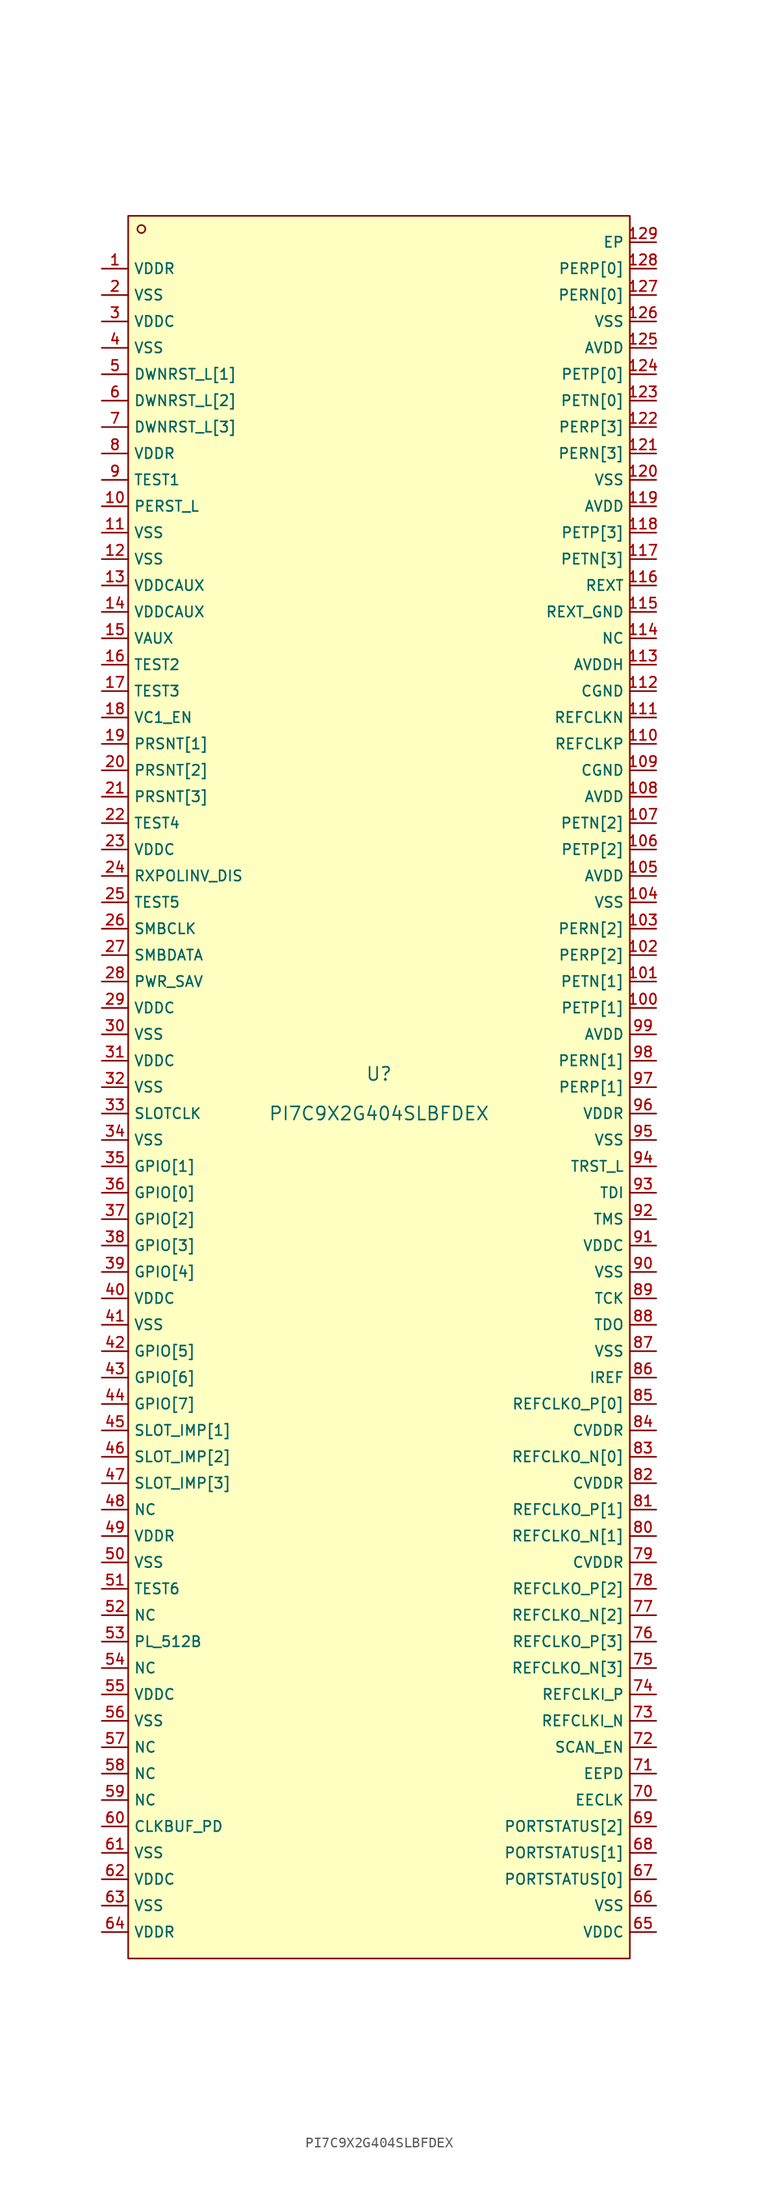
<source format=kicad_sym>
(kicad_symbol_lib
  (version 20210201)
  (generator TousstNicolas/JLC2KiCad_lib)
  (symbol "PI7C9X2G404SLBFDEX"
    (property "Reference" "U"
      (at 0 1.27 0)
      (effects (font (size 1.27 1.27))))
    (property "Value" "PI7C9X2G404SLBFDEX"
      (at 0 -2.54 0)
      (effects (font (size 1.27 1.27))))
    (symbol "PI7C9X2G404SLBFDEX_0_1"
      (rectangle (start -24.13 83.82) (end 24.13 -83.82) (stroke (width 0) (type default) (color 0 0 0 0)) (fill (type background)))
      (circle (center -22.86 82.55) (radius 0.381) (stroke (width 0) (type default) (color 0 0 0 0)) (fill (type background)))
      (pin unspecified line (at -26.67 78.74 0) (length 2.54) (name "VDDR" (effects (font (size 1 1)))) (number "1" (effects (font (size 1 1)))))
      (pin unspecified line (at -26.67 76.2 0) (length 2.54) (name "VSS" (effects (font (size 1 1)))) (number "2" (effects (font (size 1 1)))))
      (pin unspecified line (at -26.67 73.66 0) (length 2.54) (name "VDDC" (effects (font (size 1 1)))) (number "3" (effects (font (size 1 1)))))
      (pin unspecified line (at -26.67 71.12 0) (length 2.54) (name "VSS" (effects (font (size 1 1)))) (number "4" (effects (font (size 1 1)))))
      (pin unspecified line (at -26.67 68.58 0) (length 2.54) (name "DWNRST_L[1]" (effects (font (size 1 1)))) (number "5" (effects (font (size 1 1)))))
      (pin unspecified line (at -26.67 66.04 0) (length 2.54) (name "DWNRST_L[2]" (effects (font (size 1 1)))) (number "6" (effects (font (size 1 1)))))
      (pin unspecified line (at -26.67 63.5 0) (length 2.54) (name "DWNRST_L[3]" (effects (font (size 1 1)))) (number "7" (effects (font (size 1 1)))))
      (pin unspecified line (at -26.67 60.96 0) (length 2.54) (name "VDDR" (effects (font (size 1 1)))) (number "8" (effects (font (size 1 1)))))
      (pin unspecified line (at -26.67 58.42 0) (length 2.54) (name "TEST1" (effects (font (size 1 1)))) (number "9" (effects (font (size 1 1)))))
      (pin unspecified line (at -26.67 55.88 0) (length 2.54) (name "PERST_L" (effects (font (size 1 1)))) (number "10" (effects (font (size 1 1)))))
      (pin unspecified line (at -26.67 53.34 0) (length 2.54) (name "VSS" (effects (font (size 1 1)))) (number "11" (effects (font (size 1 1)))))
      (pin unspecified line (at -26.67 50.8 0) (length 2.54) (name "VSS" (effects (font (size 1 1)))) (number "12" (effects (font (size 1 1)))))
      (pin unspecified line (at -26.67 48.26 0) (length 2.54) (name "VDDCAUX" (effects (font (size 1 1)))) (number "13" (effects (font (size 1 1)))))
      (pin unspecified line (at -26.67 45.72 0) (length 2.54) (name "VDDCAUX" (effects (font (size 1 1)))) (number "14" (effects (font (size 1 1)))))
      (pin unspecified line (at -26.67 43.18 0) (length 2.54) (name "VAUX" (effects (font (size 1 1)))) (number "15" (effects (font (size 1 1)))))
      (pin unspecified line (at -26.67 40.64 0) (length 2.54) (name "TEST2" (effects (font (size 1 1)))) (number "16" (effects (font (size 1 1)))))
      (pin unspecified line (at -26.67 38.1 0) (length 2.54) (name "TEST3" (effects (font (size 1 1)))) (number "17" (effects (font (size 1 1)))))
      (pin unspecified line (at -26.67 35.56 0) (length 2.54) (name "VC1_EN" (effects (font (size 1 1)))) (number "18" (effects (font (size 1 1)))))
      (pin unspecified line (at -26.67 33.02 0) (length 2.54) (name "PRSNT[1]" (effects (font (size 1 1)))) (number "19" (effects (font (size 1 1)))))
      (pin unspecified line (at -26.67 30.48 0) (length 2.54) (name "PRSNT[2]" (effects (font (size 1 1)))) (number "20" (effects (font (size 1 1)))))
      (pin unspecified line (at -26.67 27.94 0) (length 2.54) (name "PRSNT[3]" (effects (font (size 1 1)))) (number "21" (effects (font (size 1 1)))))
      (pin unspecified line (at -26.67 25.4 0) (length 2.54) (name "TEST4" (effects (font (size 1 1)))) (number "22" (effects (font (size 1 1)))))
      (pin unspecified line (at -26.67 22.86 0) (length 2.54) (name "VDDC" (effects (font (size 1 1)))) (number "23" (effects (font (size 1 1)))))
      (pin unspecified line (at -26.67 20.32 0) (length 2.54) (name "RXPOLINV_DIS" (effects (font (size 1 1)))) (number "24" (effects (font (size 1 1)))))
      (pin unspecified line (at -26.67 17.78 0) (length 2.54) (name "TEST5" (effects (font (size 1 1)))) (number "25" (effects (font (size 1 1)))))
      (pin unspecified line (at -26.67 15.24 0) (length 2.54) (name "SMBCLK" (effects (font (size 1 1)))) (number "26" (effects (font (size 1 1)))))
      (pin unspecified line (at -26.67 12.7 0) (length 2.54) (name "SMBDATA" (effects (font (size 1 1)))) (number "27" (effects (font (size 1 1)))))
      (pin unspecified line (at -26.67 10.16 0) (length 2.54) (name "PWR_SAV" (effects (font (size 1 1)))) (number "28" (effects (font (size 1 1)))))
      (pin unspecified line (at -26.67 7.62 0) (length 2.54) (name "VDDC" (effects (font (size 1 1)))) (number "29" (effects (font (size 1 1)))))
      (pin unspecified line (at -26.67 5.08 0) (length 2.54) (name "VSS" (effects (font (size 1 1)))) (number "30" (effects (font (size 1 1)))))
      (pin unspecified line (at -26.67 2.54 0) (length 2.54) (name "VDDC" (effects (font (size 1 1)))) (number "31" (effects (font (size 1 1)))))
      (pin unspecified line (at -26.67 -0.0 0) (length 2.54) (name "VSS" (effects (font (size 1 1)))) (number "32" (effects (font (size 1 1)))))
      (pin unspecified line (at -26.67 -2.54 0) (length 2.54) (name "SLOTCLK" (effects (font (size 1 1)))) (number "33" (effects (font (size 1 1)))))
      (pin unspecified line (at -26.67 -5.08 0) (length 2.54) (name "VSS" (effects (font (size 1 1)))) (number "34" (effects (font (size 1 1)))))
      (pin unspecified line (at -26.67 -7.62 0) (length 2.54) (name "GPIO[1]" (effects (font (size 1 1)))) (number "35" (effects (font (size 1 1)))))
      (pin unspecified line (at -26.67 -10.16 0) (length 2.54) (name "GPIO[0]" (effects (font (size 1 1)))) (number "36" (effects (font (size 1 1)))))
      (pin unspecified line (at -26.67 -12.7 0) (length 2.54) (name "GPIO[2]" (effects (font (size 1 1)))) (number "37" (effects (font (size 1 1)))))
      (pin unspecified line (at -26.67 -15.24 0) (length 2.54) (name "GPIO[3]" (effects (font (size 1 1)))) (number "38" (effects (font (size 1 1)))))
      (pin unspecified line (at -26.67 -17.78 0) (length 2.54) (name "GPIO[4]" (effects (font (size 1 1)))) (number "39" (effects (font (size 1 1)))))
      (pin unspecified line (at -26.67 -20.32 0) (length 2.54) (name "VDDC" (effects (font (size 1 1)))) (number "40" (effects (font (size 1 1)))))
      (pin unspecified line (at -26.67 -22.86 0) (length 2.54) (name "VSS" (effects (font (size 1 1)))) (number "41" (effects (font (size 1 1)))))
      (pin unspecified line (at -26.67 -25.4 0) (length 2.54) (name "GPIO[5]" (effects (font (size 1 1)))) (number "42" (effects (font (size 1 1)))))
      (pin unspecified line (at -26.67 -27.94 0) (length 2.54) (name "GPIO[6]" (effects (font (size 1 1)))) (number "43" (effects (font (size 1 1)))))
      (pin unspecified line (at -26.67 -30.48 0) (length 2.54) (name "GPIO[7]" (effects (font (size 1 1)))) (number "44" (effects (font (size 1 1)))))
      (pin unspecified line (at -26.67 -33.02 0) (length 2.54) (name "SLOT_IMP[1]" (effects (font (size 1 1)))) (number "45" (effects (font (size 1 1)))))
      (pin unspecified line (at -26.67 -35.56 0) (length 2.54) (name "SLOT_IMP[2]" (effects (font (size 1 1)))) (number "46" (effects (font (size 1 1)))))
      (pin unspecified line (at -26.67 -38.1 0) (length 2.54) (name "SLOT_IMP[3]" (effects (font (size 1 1)))) (number "47" (effects (font (size 1 1)))))
      (pin unspecified line (at -26.67 -40.64 0) (length 2.54) (name "NC" (effects (font (size 1 1)))) (number "48" (effects (font (size 1 1)))))
      (pin unspecified line (at -26.67 -43.18 0) (length 2.54) (name "VDDR" (effects (font (size 1 1)))) (number "49" (effects (font (size 1 1)))))
      (pin unspecified line (at -26.67 -45.72 0) (length 2.54) (name "VSS" (effects (font (size 1 1)))) (number "50" (effects (font (size 1 1)))))
      (pin unspecified line (at -26.67 -48.26 0) (length 2.54) (name "TEST6" (effects (font (size 1 1)))) (number "51" (effects (font (size 1 1)))))
      (pin unspecified line (at -26.67 -50.8 0) (length 2.54) (name "NC" (effects (font (size 1 1)))) (number "52" (effects (font (size 1 1)))))
      (pin unspecified line (at -26.67 -53.34 0) (length 2.54) (name "PL_512B" (effects (font (size 1 1)))) (number "53" (effects (font (size 1 1)))))
      (pin unspecified line (at -26.67 -55.88 0) (length 2.54) (name "NC" (effects (font (size 1 1)))) (number "54" (effects (font (size 1 1)))))
      (pin unspecified line (at -26.67 -58.42 0) (length 2.54) (name "VDDC" (effects (font (size 1 1)))) (number "55" (effects (font (size 1 1)))))
      (pin unspecified line (at -26.67 -60.96 0) (length 2.54) (name "VSS" (effects (font (size 1 1)))) (number "56" (effects (font (size 1 1)))))
      (pin unspecified line (at -26.67 -63.5 0) (length 2.54) (name "NC" (effects (font (size 1 1)))) (number "57" (effects (font (size 1 1)))))
      (pin unspecified line (at -26.67 -66.04 0) (length 2.54) (name "NC" (effects (font (size 1 1)))) (number "58" (effects (font (size 1 1)))))
      (pin unspecified line (at -26.67 -68.58 0) (length 2.54) (name "NC" (effects (font (size 1 1)))) (number "59" (effects (font (size 1 1)))))
      (pin unspecified line (at -26.67 -71.12 0) (length 2.54) (name "CLKBUF_PD" (effects (font (size 1 1)))) (number "60" (effects (font (size 1 1)))))
      (pin unspecified line (at -26.67 -73.66 0) (length 2.54) (name "VSS" (effects (font (size 1 1)))) (number "61" (effects (font (size 1 1)))))
      (pin unspecified line (at -26.67 -76.2 0) (length 2.54) (name "VDDC" (effects (font (size 1 1)))) (number "62" (effects (font (size 1 1)))))
      (pin unspecified line (at -26.67 -78.74 0) (length 2.54) (name "VSS" (effects (font (size 1 1)))) (number "63" (effects (font (size 1 1)))))
      (pin unspecified line (at -26.67 -81.28 0) (length 2.54) (name "VDDR" (effects (font (size 1 1)))) (number "64" (effects (font (size 1 1)))))
      (pin unspecified line (at 26.67 -81.28 180) (length 2.54) (name "VDDC" (effects (font (size 1 1)))) (number "65" (effects (font (size 1 1)))))
      (pin unspecified line (at 26.67 -78.74 180) (length 2.54) (name "VSS" (effects (font (size 1 1)))) (number "66" (effects (font (size 1 1)))))
      (pin unspecified line (at 26.67 -76.2 180) (length 2.54) (name "PORTSTATUS[0]" (effects (font (size 1 1)))) (number "67" (effects (font (size 1 1)))))
      (pin unspecified line (at 26.67 -73.66 180) (length 2.54) (name "PORTSTATUS[1]" (effects (font (size 1 1)))) (number "68" (effects (font (size 1 1)))))
      (pin unspecified line (at 26.67 -71.12 180) (length 2.54) (name "PORTSTATUS[2]" (effects (font (size 1 1)))) (number "69" (effects (font (size 1 1)))))
      (pin unspecified line (at 26.67 -68.58 180) (length 2.54) (name "EECLK" (effects (font (size 1 1)))) (number "70" (effects (font (size 1 1)))))
      (pin unspecified line (at 26.67 -66.04 180) (length 2.54) (name "EEPD" (effects (font (size 1 1)))) (number "71" (effects (font (size 1 1)))))
      (pin unspecified line (at 26.67 -63.5 180) (length 2.54) (name "SCAN_EN" (effects (font (size 1 1)))) (number "72" (effects (font (size 1 1)))))
      (pin unspecified line (at 26.67 -60.96 180) (length 2.54) (name "REFCLKI_N" (effects (font (size 1 1)))) (number "73" (effects (font (size 1 1)))))
      (pin unspecified line (at 26.67 -58.42 180) (length 2.54) (name "REFCLKI_P" (effects (font (size 1 1)))) (number "74" (effects (font (size 1 1)))))
      (pin unspecified line (at 26.67 -55.88 180) (length 2.54) (name "REFCLKO_N[3]" (effects (font (size 1 1)))) (number "75" (effects (font (size 1 1)))))
      (pin unspecified line (at 26.67 -53.34 180) (length 2.54) (name "REFCLKO_P[3]" (effects (font (size 1 1)))) (number "76" (effects (font (size 1 1)))))
      (pin unspecified line (at 26.67 -50.8 180) (length 2.54) (name "REFCLKO_N[2]" (effects (font (size 1 1)))) (number "77" (effects (font (size 1 1)))))
      (pin unspecified line (at 26.67 -48.26 180) (length 2.54) (name "REFCLKO_P[2]" (effects (font (size 1 1)))) (number "78" (effects (font (size 1 1)))))
      (pin unspecified line (at 26.67 -45.72 180) (length 2.54) (name "CVDDR" (effects (font (size 1 1)))) (number "79" (effects (font (size 1 1)))))
      (pin unspecified line (at 26.67 -43.18 180) (length 2.54) (name "REFCLKO_N[1]" (effects (font (size 1 1)))) (number "80" (effects (font (size 1 1)))))
      (pin unspecified line (at 26.67 -40.64 180) (length 2.54) (name "REFCLKO_P[1]" (effects (font (size 1 1)))) (number "81" (effects (font (size 1 1)))))
      (pin unspecified line (at 26.67 -38.1 180) (length 2.54) (name "CVDDR" (effects (font (size 1 1)))) (number "82" (effects (font (size 1 1)))))
      (pin unspecified line (at 26.67 -35.56 180) (length 2.54) (name "REFCLKO_N[0]" (effects (font (size 1 1)))) (number "83" (effects (font (size 1 1)))))
      (pin unspecified line (at 26.67 -33.02 180) (length 2.54) (name "CVDDR" (effects (font (size 1 1)))) (number "84" (effects (font (size 1 1)))))
      (pin unspecified line (at 26.67 -30.48 180) (length 2.54) (name "REFCLKO_P[0]" (effects (font (size 1 1)))) (number "85" (effects (font (size 1 1)))))
      (pin unspecified line (at 26.67 -27.94 180) (length 2.54) (name "IREF" (effects (font (size 1 1)))) (number "86" (effects (font (size 1 1)))))
      (pin unspecified line (at 26.67 -25.4 180) (length 2.54) (name "VSS" (effects (font (size 1 1)))) (number "87" (effects (font (size 1 1)))))
      (pin unspecified line (at 26.67 -22.86 180) (length 2.54) (name "TDO" (effects (font (size 1 1)))) (number "88" (effects (font (size 1 1)))))
      (pin unspecified line (at 26.67 -20.32 180) (length 2.54) (name "TCK" (effects (font (size 1 1)))) (number "89" (effects (font (size 1 1)))))
      (pin unspecified line (at 26.67 -17.78 180) (length 2.54) (name "VSS" (effects (font (size 1 1)))) (number "90" (effects (font (size 1 1)))))
      (pin unspecified line (at 26.67 -15.24 180) (length 2.54) (name "VDDC" (effects (font (size 1 1)))) (number "91" (effects (font (size 1 1)))))
      (pin unspecified line (at 26.67 -12.7 180) (length 2.54) (name "TMS" (effects (font (size 1 1)))) (number "92" (effects (font (size 1 1)))))
      (pin unspecified line (at 26.67 -10.16 180) (length 2.54) (name "TDI" (effects (font (size 1 1)))) (number "93" (effects (font (size 1 1)))))
      (pin unspecified line (at 26.67 -7.62 180) (length 2.54) (name "TRST_L" (effects (font (size 1 1)))) (number "94" (effects (font (size 1 1)))))
      (pin unspecified line (at 26.67 -5.08 180) (length 2.54) (name "VSS" (effects (font (size 1 1)))) (number "95" (effects (font (size 1 1)))))
      (pin unspecified line (at 26.67 -2.54 180) (length 2.54) (name "VDDR" (effects (font (size 1 1)))) (number "96" (effects (font (size 1 1)))))
      (pin unspecified line (at 26.67 -0.0 180) (length 2.54) (name "PERP[1]" (effects (font (size 1 1)))) (number "97" (effects (font (size 1 1)))))
      (pin unspecified line (at 26.67 2.54 180) (length 2.54) (name "PERN[1]" (effects (font (size 1 1)))) (number "98" (effects (font (size 1 1)))))
      (pin unspecified line (at 26.67 5.08 180) (length 2.54) (name "AVDD" (effects (font (size 1 1)))) (number "99" (effects (font (size 1 1)))))
      (pin unspecified line (at 26.67 7.62 180) (length 2.54) (name "PETP[1]" (effects (font (size 1 1)))) (number "100" (effects (font (size 1 1)))))
      (pin unspecified line (at 26.67 10.16 180) (length 2.54) (name "PETN[1]" (effects (font (size 1 1)))) (number "101" (effects (font (size 1 1)))))
      (pin unspecified line (at 26.67 12.7 180) (length 2.54) (name "PERP[2]" (effects (font (size 1 1)))) (number "102" (effects (font (size 1 1)))))
      (pin unspecified line (at 26.67 15.24 180) (length 2.54) (name "PERN[2]" (effects (font (size 1 1)))) (number "103" (effects (font (size 1 1)))))
      (pin unspecified line (at 26.67 17.78 180) (length 2.54) (name "VSS" (effects (font (size 1 1)))) (number "104" (effects (font (size 1 1)))))
      (pin unspecified line (at 26.67 20.32 180) (length 2.54) (name "AVDD" (effects (font (size 1 1)))) (number "105" (effects (font (size 1 1)))))
      (pin unspecified line (at 26.67 22.86 180) (length 2.54) (name "PETP[2]" (effects (font (size 1 1)))) (number "106" (effects (font (size 1 1)))))
      (pin unspecified line (at 26.67 25.4 180) (length 2.54) (name "PETN[2]" (effects (font (size 1 1)))) (number "107" (effects (font (size 1 1)))))
      (pin unspecified line (at 26.67 27.94 180) (length 2.54) (name "AVDD" (effects (font (size 1 1)))) (number "108" (effects (font (size 1 1)))))
      (pin unspecified line (at 26.67 30.48 180) (length 2.54) (name "CGND" (effects (font (size 1 1)))) (number "109" (effects (font (size 1 1)))))
      (pin unspecified line (at 26.67 33.02 180) (length 2.54) (name "REFCLKP" (effects (font (size 1 1)))) (number "110" (effects (font (size 1 1)))))
      (pin unspecified line (at 26.67 35.56 180) (length 2.54) (name "REFCLKN" (effects (font (size 1 1)))) (number "111" (effects (font (size 1 1)))))
      (pin unspecified line (at 26.67 38.1 180) (length 2.54) (name "CGND" (effects (font (size 1 1)))) (number "112" (effects (font (size 1 1)))))
      (pin unspecified line (at 26.67 40.64 180) (length 2.54) (name "AVDDH" (effects (font (size 1 1)))) (number "113" (effects (font (size 1 1)))))
      (pin unspecified line (at 26.67 43.18 180) (length 2.54) (name "NC" (effects (font (size 1 1)))) (number "114" (effects (font (size 1 1)))))
      (pin unspecified line (at 26.67 45.72 180) (length 2.54) (name "REXT_GND" (effects (font (size 1 1)))) (number "115" (effects (font (size 1 1)))))
      (pin unspecified line (at 26.67 48.26 180) (length 2.54) (name "REXT" (effects (font (size 1 1)))) (number "116" (effects (font (size 1 1)))))
      (pin unspecified line (at 26.67 50.8 180) (length 2.54) (name "PETN[3]" (effects (font (size 1 1)))) (number "117" (effects (font (size 1 1)))))
      (pin unspecified line (at 26.67 53.34 180) (length 2.54) (name "PETP[3]" (effects (font (size 1 1)))) (number "118" (effects (font (size 1 1)))))
      (pin unspecified line (at 26.67 55.88 180) (length 2.54) (name "AVDD" (effects (font (size 1 1)))) (number "119" (effects (font (size 1 1)))))
      (pin unspecified line (at 26.67 58.42 180) (length 2.54) (name "VSS" (effects (font (size 1 1)))) (number "120" (effects (font (size 1 1)))))
      (pin unspecified line (at 26.67 60.96 180) (length 2.54) (name "PERN[3]" (effects (font (size 1 1)))) (number "121" (effects (font (size 1 1)))))
      (pin unspecified line (at 26.67 63.5 180) (length 2.54) (name "PERP[3]" (effects (font (size 1 1)))) (number "122" (effects (font (size 1 1)))))
      (pin unspecified line (at 26.67 66.04 180) (length 2.54) (name "PETN[0]" (effects (font (size 1 1)))) (number "123" (effects (font (size 1 1)))))
      (pin unspecified line (at 26.67 68.58 180) (length 2.54) (name "PETP[0]" (effects (font (size 1 1)))) (number "124" (effects (font (size 1 1)))))
      (pin unspecified line (at 26.67 71.12 180) (length 2.54) (name "AVDD" (effects (font (size 1 1)))) (number "125" (effects (font (size 1 1)))))
      (pin unspecified line (at 26.67 73.66 180) (length 2.54) (name "VSS" (effects (font (size 1 1)))) (number "126" (effects (font (size 1 1)))))
      (pin unspecified line (at 26.67 76.2 180) (length 2.54) (name "PERN[0]" (effects (font (size 1 1)))) (number "127" (effects (font (size 1 1)))))
      (pin unspecified line (at 26.67 78.74 180) (length 2.54) (name "PERP[0]" (effects (font (size 1 1)))) (number "128" (effects (font (size 1 1)))))
      (pin unspecified line (at 26.67 81.28 180) (length 2.54) (name "EP" (effects (font (size 1 1)))) (number "129" (effects (font (size 1 1))))))))
</source>
